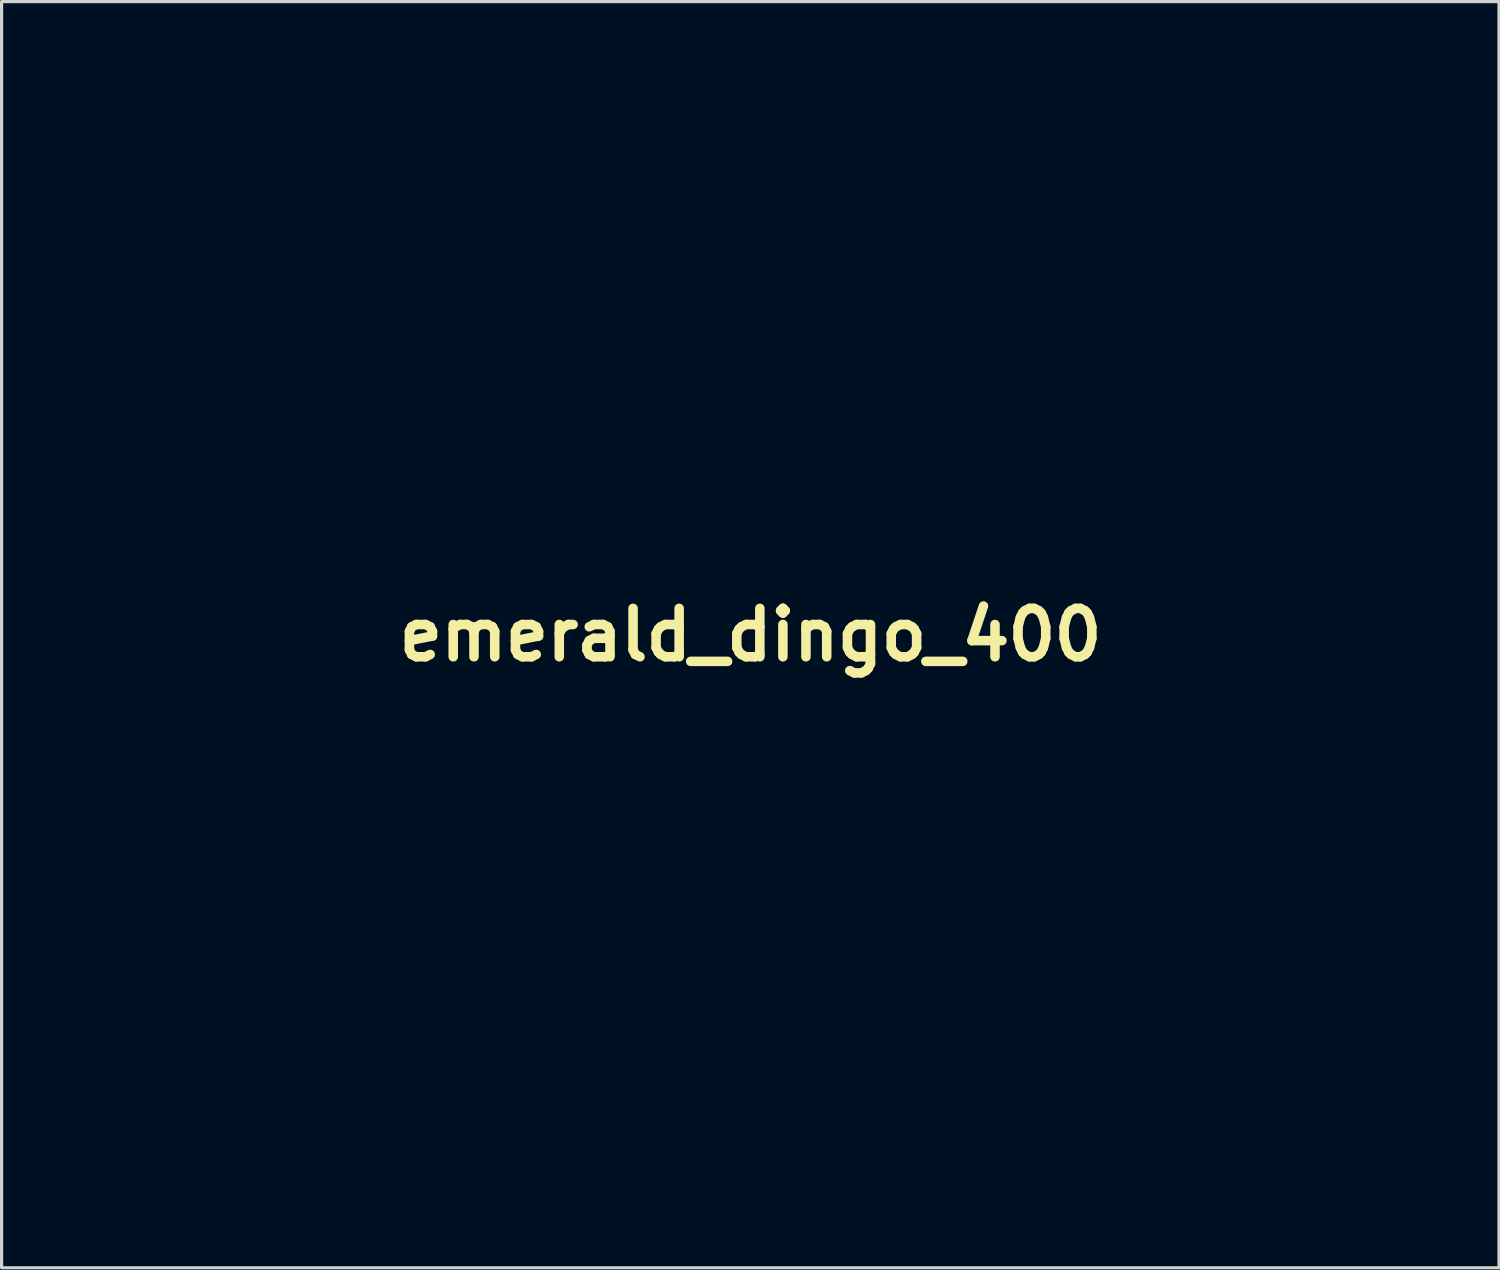
<source format=kicad_pcb>
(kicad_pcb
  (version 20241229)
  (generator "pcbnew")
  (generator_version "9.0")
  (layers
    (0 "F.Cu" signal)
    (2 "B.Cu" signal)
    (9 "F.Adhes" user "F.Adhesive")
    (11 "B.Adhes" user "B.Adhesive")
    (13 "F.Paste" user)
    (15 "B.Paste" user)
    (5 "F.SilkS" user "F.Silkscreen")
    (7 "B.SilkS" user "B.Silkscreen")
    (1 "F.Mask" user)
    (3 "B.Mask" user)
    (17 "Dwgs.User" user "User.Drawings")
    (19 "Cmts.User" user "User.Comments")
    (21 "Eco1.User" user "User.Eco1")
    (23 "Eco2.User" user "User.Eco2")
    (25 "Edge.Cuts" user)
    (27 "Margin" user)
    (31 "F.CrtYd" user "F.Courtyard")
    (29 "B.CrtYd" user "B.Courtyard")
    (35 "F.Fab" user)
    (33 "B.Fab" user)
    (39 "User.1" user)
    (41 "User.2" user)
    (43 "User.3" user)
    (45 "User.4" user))
  (footprint "emerald_dingo_400"
    (layer "F.Cu")
    (at 20.579 16.935)
    (property "Reference" "emerald_dingo_400" (at 0 0 0) (layer "F.SilkS") (effects (font (size 1.524 1.524) (thickness 0.3))))
    (attr through_hole)
    (fp_poly (pts (xy 8.955 14.965) (xy 8.978 16.849) (xy 7.786 16.849) (xy 7.809 14.965) (xy 7.832 13.081) (xy 8.932 13.081) (xy 8.955 14.965)) (stroke (width 0.01) (type solid)) (fill no) (layer "Eco2.User"))
    (fp_poly (pts (xy -14.107 -15.435) (xy -13.881 -15.261) (xy -13.869 -15.25) (xy -13.596 -15.006) (xy -13.951 -14.551) (xy -14.19 -14.251) (xy -14.441 -13.945) (xy -14.599 -13.758) (xy -14.892 -13.42) (xy -14.601 -14.393) (xy -14.488 -14.777) (xy -14.396 -15.1) (xy -14.333 -15.329) (xy -14.31 -15.431) (xy -14.255 -15.494) (xy -14.107 -15.435)) (stroke (width 0.01) (type solid)) (fill no) (layer "Eco2.User"))
    (fp_poly (pts (xy 14.82 -0.279) (xy 15.205 -0.152) (xy 15.489 0.037) (xy 15.499 0.048) (xy 15.68 0.24) (xy 15.322 0.628) (xy 15.028 0.895) (xy 14.668 1.143) (xy 14.273 1.36) (xy 13.871 1.534) (xy 13.494 1.654) (xy 13.172 1.708) (xy 12.933 1.684) (xy 12.823 1.603) (xy 12.782 1.397) (xy 12.829 1.101) (xy 12.944 0.759) (xy 13.11 0.411) (xy 13.306 0.1) (xy 13.515 -0.132) (xy 13.628 -0.21) (xy 13.975 -0.316) (xy 14.391 -0.336) (xy 14.82 -0.279)) (stroke (width 0.01) (type solid)) (fill no) (layer "Eco2.User"))
    (fp_poly (pts (xy -18.551 -14.48) (xy -18.369 -14.359) (xy -18.112 -14.176) (xy -17.809 -13.953) (xy -17.489 -13.713) (xy -17.18 -13.477) (xy -16.913 -13.266) (xy -16.715 -13.102) (xy -16.641 -13.034) (xy -16.64 -12.985) (xy -16.774 -12.966) (xy -17.05 -12.979) (xy -17.477 -13.023) (xy -17.982 -13.088) (xy -18.339 -13.14) (xy -18.629 -13.189) (xy -18.813 -13.226) (xy -18.858 -13.242) (xy -18.865 -13.341) (xy -18.843 -13.552) (xy -18.8 -13.825) (xy -18.746 -14.108) (xy -18.691 -14.35) (xy -18.644 -14.497) (xy -18.629 -14.519) (xy -18.551 -14.48)) (stroke (width 0.01) (type solid)) (fill no) (layer "Eco2.User"))
    (fp_poly (pts (xy 8.388 -0.313) (xy 8.549 -0.223) (xy 8.789 -0.012) (xy 9.002 0.268) (xy 9.177 0.588) (xy 9.303 0.915) (xy 9.372 1.218) (xy 9.37 1.466) (xy 9.289 1.627) (xy 9.186 1.672) (xy 9.027 1.649) (xy 8.769 1.572) (xy 8.467 1.456) (xy 8.457 1.451) (xy 7.935 1.211) (xy 7.446 0.955) (xy 7.029 0.706) (xy 6.723 0.486) (xy 6.671 0.441) (xy 6.523 0.255) (xy 6.52 0.089) (xy 6.669 -0.074) (xy 6.977 -0.25) (xy 6.978 -0.251) (xy 7.464 -0.41) (xy 7.947 -0.431) (xy 8.388 -0.313)) (stroke (width 0.01) (type solid)) (fill no) (layer "Eco2.User"))
    (fp_poly (pts (xy -2.709 14.292) (xy -2.705 14.824) (xy -2.69 15.209) (xy -2.658 15.472) (xy -2.602 15.633) (xy -2.519 15.717) (xy -2.402 15.746) (xy -2.354 15.748) (xy -2.271 15.77) (xy -2.224 15.862) (xy -2.205 16.059) (xy -2.201 16.298) (xy -2.201 16.849) (xy -2.519 16.849) (xy -2.819 16.807) (xy -3.113 16.707) (xy -3.127 16.7) (xy -3.338 16.582) (xy -3.497 16.456) (xy -3.612 16.297) (xy -3.691 16.08) (xy -3.742 15.779) (xy -3.772 15.369) (xy -3.789 14.826) (xy -3.794 14.557) (xy -3.821 13.039) (xy -2.709 13.039) (xy -2.709 14.292)) (stroke (width 0.01) (type solid)) (fill no) (layer "Eco2.User"))
    (fp_poly (pts (xy -16.158 -16.92) (xy -15.949 -16.894) (xy -15.855 -16.864) (xy -15.817 -16.803) (xy -15.795 -16.663) (xy -15.788 -16.424) (xy -15.796 -16.066) (xy -15.818 -15.569) (xy -15.832 -15.286) (xy -15.86 -14.8) (xy -15.887 -14.376) (xy -15.91 -14.042) (xy -15.928 -13.824) (xy -15.938 -13.752) (xy -15.97 -13.821) (xy -16.044 -14.027) (xy -16.152 -14.347) (xy -16.286 -14.755) (xy -16.438 -15.228) (xy -16.451 -15.267) (xy -16.604 -15.751) (xy -16.736 -16.179) (xy -16.841 -16.525) (xy -16.911 -16.764) (xy -16.937 -16.868) (xy -16.937 -16.87) (xy -16.859 -16.906) (xy -16.667 -16.926) (xy -16.415 -16.93) (xy -16.158 -16.92)) (stroke (width 0.01) (type solid)) (fill no) (layer "Eco2.User"))
    (fp_poly (pts (xy 11.722 6.792) (xy 12.068 6.854) (xy 12.096 6.862) (xy 12.449 7.022) (xy 12.732 7.249) (xy 12.911 7.507) (xy 12.954 7.698) (xy 12.885 7.962) (xy 12.697 8.275) (xy 12.421 8.604) (xy 12.087 8.918) (xy 11.726 9.184) (xy 11.405 9.354) (xy 11.156 9.447) (xy 10.968 9.471) (xy 10.771 9.42) (xy 10.509 9.299) (xy 10.228 9.126) (xy 9.921 8.883) (xy 9.625 8.608) (xy 9.378 8.335) (xy 9.218 8.102) (xy 9.182 8.013) (xy 9.168 7.644) (xy 9.305 7.313) (xy 9.576 7.045) (xy 9.963 6.866) (xy 9.99 6.858) (xy 10.349 6.795) (xy 10.799 6.763) (xy 11.278 6.762) (xy 11.722 6.792)) (stroke (width 0.01) (type solid)) (fill no) (layer "Eco2.User"))
    (fp_poly (pts (xy -9.175 13.062) (xy -8.647 13.141) (xy -8.237 13.298) (xy -7.959 13.507) (xy -7.79 13.692) (xy -7.701 13.858) (xy -7.667 14.073) (xy -7.662 14.305) (xy -7.675 14.612) (xy -7.724 14.816) (xy -7.831 14.981) (xy -7.888 15.044) (xy -8.114 15.282) (xy -7.459 16.849) (xy -8.634 16.849) (xy -8.889 16.287) (xy -9.047 15.86) (xy -9.138 15.447) (xy -9.159 15.081) (xy -9.111 14.795) (xy -8.99 14.621) (xy -8.959 14.604) (xy -8.776 14.468) (xy -8.75 14.316) (xy -8.874 14.178) (xy -9.081 14.095) (xy -9.313 14.036) (xy -9.313 16.849) (xy -10.502 16.849) (xy -10.479 14.965) (xy -10.456 13.081) (xy -9.84 13.056) (xy -9.175 13.062)) (stroke (width 0.01) (type solid)) (fill no) (layer "Eco2.User"))
    (fp_poly (pts (xy 18.411 -10.893) (xy 18.599 -10.692) (xy 18.74 -10.428) (xy 18.818 -10.238) (xy 18.871 -10.039) (xy 18.902 -9.793) (xy 18.918 -9.461) (xy 18.923 -9.003) (xy 18.923 -8.932) (xy 18.919 -8.455) (xy 18.904 -8.093) (xy 18.868 -7.793) (xy 18.805 -7.501) (xy 18.708 -7.162) (xy 18.647 -6.969) (xy 18.42 -6.356) (xy 18.183 -5.903) (xy 17.938 -5.611) (xy 17.687 -5.484) (xy 17.474 -5.506) (xy 17.213 -5.693) (xy 16.979 -6.042) (xy 16.775 -6.549) (xy 16.753 -6.62) (xy 16.645 -7.143) (xy 16.599 -7.754) (xy 16.613 -8.393) (xy 16.685 -9.001) (xy 16.814 -9.517) (xy 16.841 -9.591) (xy 17.092 -10.115) (xy 17.384 -10.528) (xy 17.701 -10.807) (xy 17.896 -10.901) (xy 18.187 -10.957) (xy 18.411 -10.893)) (stroke (width 0.01) (type solid)) (fill no) (layer "Eco2.User"))
    (fp_poly (pts (xy 11.646 13.131) (xy 11.939 13.336) (xy 12.088 13.514) (xy 12.199 13.74) (xy 12.278 14.039) (xy 12.328 14.434) (xy 12.354 14.951) (xy 12.361 15.574) (xy 12.361 16.849) (xy 11.261 16.849) (xy 11.26 15.684) (xy 11.256 15.13) (xy 11.243 14.723) (xy 11.218 14.443) (xy 11.177 14.269) (xy 11.115 14.179) (xy 11.028 14.152) (xy 10.974 14.156) (xy 10.907 14.173) (xy 10.858 14.218) (xy 10.825 14.317) (xy 10.802 14.495) (xy 10.788 14.776) (xy 10.778 15.186) (xy 10.772 15.515) (xy 10.748 16.849) (xy 9.652 16.849) (xy 9.652 15.405) (xy 9.656 14.813) (xy 9.67 14.37) (xy 9.695 14.052) (xy 9.732 13.84) (xy 9.771 13.733) (xy 10.038 13.385) (xy 10.397 13.144) (xy 10.811 13.016) (xy 11.24 13.01) (xy 11.646 13.131)) (stroke (width 0.01) (type solid)) (fill no) (layer "Eco2.User"))
    (fp_poly (pts (xy -0.879 13.088) (xy -0.261 13.108) (xy 0.221 13.162) (xy 0.601 13.26) (xy 0.91 13.411) (xy 1.18 13.624) (xy 1.237 13.678) (xy 1.555 14.107) (xy 1.718 14.6) (xy 1.726 15.16) (xy 1.688 15.392) (xy 1.598 15.703) (xy 1.451 15.965) (xy 1.206 16.248) (xy 1.199 16.256) (xy 0.812 16.582) (xy 0.399 16.772) (xy -0.094 16.845) (xy -0.233 16.848) (xy -0.593 16.849) (xy -0.593 15.748) (xy -0.334 15.748) (xy -0.022 15.695) (xy 0.273 15.557) (xy 0.481 15.37) (xy 0.505 15.329) (xy 0.586 15.028) (xy 0.555 14.703) (xy 0.463 14.5) (xy 0.269 14.34) (xy -0.035 14.215) (xy -0.39 14.146) (xy -0.529 14.14) (xy -0.762 14.139) (xy -0.762 16.849) (xy -1.866 16.849) (xy -1.843 14.965) (xy -1.82 13.081) (xy -0.879 13.088)) (stroke (width 0.01) (type solid)) (fill no) (layer "Eco2.User"))
    (fp_poly (pts (xy 4.11 -10.886) (xy 4.289 -10.781) (xy 4.519 -10.56) (xy 4.773 -10.257) (xy 5.024 -9.906) (xy 5.244 -9.541) (xy 5.307 -9.419) (xy 5.404 -9.212) (xy 5.47 -9.03) (xy 5.512 -8.833) (xy 5.534 -8.583) (xy 5.543 -8.24) (xy 5.544 -7.789) (xy 5.54 -7.309) (xy 5.527 -6.958) (xy 5.5 -6.699) (xy 5.454 -6.491) (xy 5.384 -6.296) (xy 5.342 -6.2) (xy 5.123 -5.813) (xy 4.872 -5.533) (xy 4.61 -5.373) (xy 4.359 -5.346) (xy 4.142 -5.465) (xy 4.126 -5.482) (xy 3.97 -5.719) (xy 3.797 -6.094) (xy 3.62 -6.575) (xy 3.452 -7.134) (xy 3.448 -7.147) (xy 3.357 -7.532) (xy 3.299 -7.917) (xy 3.269 -8.359) (xy 3.261 -8.89) (xy 3.286 -9.606) (xy 3.363 -10.163) (xy 3.495 -10.563) (xy 3.68 -10.81) (xy 3.922 -10.905) (xy 4.11 -10.886)) (stroke (width 0.01) (type solid)) (fill no) (layer "Eco2.User"))
    (fp_poly (pts (xy -18.457 14.139) (xy -18.789 14.139) (xy -19.142 14.165) (xy -19.339 14.245) (xy -19.389 14.351) (xy -19.316 14.475) (xy -19.093 14.545) (xy -18.784 14.563) (xy -18.448 14.563) (xy -18.474 14.965) (xy -18.5 15.367) (xy -18.986 15.392) (xy -19.265 15.415) (xy -19.412 15.455) (xy -19.468 15.528) (xy -19.473 15.583) (xy -19.454 15.675) (xy -19.369 15.725) (xy -19.18 15.745) (xy -18.965 15.748) (xy -18.457 15.748) (xy -18.457 16.849) (xy -18.986 16.84) (xy -19.321 16.825) (xy -19.629 16.794) (xy -19.79 16.766) (xy -20.073 16.668) (xy -20.282 16.51) (xy -20.427 16.272) (xy -20.517 15.93) (xy -20.563 15.462) (xy -20.574 14.944) (xy -20.559 14.346) (xy -20.504 13.895) (xy -20.391 13.567) (xy -20.204 13.341) (xy -19.927 13.196) (xy -19.541 13.109) (xy -19.134 13.066) (xy -18.457 13.014) (xy -18.457 14.139)) (stroke (width 0.01) (type solid)) (fill no) (layer "Eco2.User"))
    (fp_poly (pts (xy 4.789 13.066) (xy 5.389 13.11) (xy 5.852 13.179) (xy 6.21 13.283) (xy 6.495 13.433) (xy 6.739 13.641) (xy 6.828 13.737) (xy 7.106 14.144) (xy 7.246 14.593) (xy 7.261 15.125) (xy 7.256 15.181) (xy 7.181 15.607) (xy 7.025 15.953) (xy 6.97 16.036) (xy 6.644 16.377) (xy 6.213 16.646) (xy 5.737 16.811) (xy 5.403 16.849) (xy 4.995 16.849) (xy 4.995 16.298) (xy 4.999 16.003) (xy 5.02 15.838) (xy 5.073 15.766) (xy 5.173 15.748) (xy 5.21 15.748) (xy 5.437 15.715) (xy 5.696 15.634) (xy 5.712 15.628) (xy 5.968 15.438) (xy 6.108 15.153) (xy 6.119 14.814) (xy 6.057 14.599) (xy 5.867 14.358) (xy 5.545 14.202) (xy 5.11 14.14) (xy 5.059 14.14) (xy 4.826 14.139) (xy 4.826 16.849) (xy 3.725 16.849) (xy 3.725 13.013) (xy 4.789 13.066)) (stroke (width 0.01) (type solid)) (fill no) (layer "Eco2.User"))
    (fp_poly (pts (xy -11.108 13.61) (xy -11.083 14.139) (xy -11.461 14.139) (xy -11.824 14.161) (xy -12.035 14.227) (xy -12.107 14.343) (xy -12.107 14.351) (xy -12.033 14.476) (xy -11.808 14.545) (xy -11.508 14.563) (xy -11.176 14.563) (xy -11.176 15.401) (xy -11.663 15.426) (xy -11.956 15.454) (xy -12.108 15.504) (xy -12.15 15.579) (xy -12.106 15.654) (xy -11.956 15.701) (xy -11.67 15.728) (xy -11.62 15.731) (xy -11.091 15.756) (xy -11.091 16.849) (xy -11.663 16.845) (xy -12.019 16.825) (xy -12.361 16.775) (xy -12.57 16.722) (xy -12.83 16.606) (xy -13.021 16.453) (xy -13.153 16.238) (xy -13.235 15.935) (xy -13.278 15.519) (xy -13.292 14.963) (xy -13.293 14.87) (xy -13.269 14.273) (xy -13.187 13.821) (xy -13.033 13.497) (xy -12.792 13.281) (xy -12.447 13.155) (xy -11.985 13.101) (xy -11.846 13.096) (xy -11.134 13.081) (xy -11.108 13.61)) (stroke (width 0.01) (type solid)) (fill no) (layer "Eco2.User"))
    (fp_poly (pts (xy 18.63 13.046) (xy 19.09 13.197) (xy 19.499 13.455) (xy 19.832 13.813) (xy 20.065 14.262) (xy 20.175 14.792) (xy 20.18 14.944) (xy 20.12 15.487) (xy 19.928 15.949) (xy 19.623 16.335) (xy 19.27 16.633) (xy 18.889 16.813) (xy 18.42 16.901) (xy 18.334 16.909) (xy 17.998 16.918) (xy 17.733 16.873) (xy 17.449 16.756) (xy 17.375 16.719) (xy 16.909 16.399) (xy 16.564 15.99) (xy 16.346 15.519) (xy 16.261 15.016) (xy 16.27 14.934) (xy 17.443 14.934) (xy 17.518 15.32) (xy 17.737 15.617) (xy 17.907 15.734) (xy 18.113 15.816) (xy 18.316 15.806) (xy 18.581 15.702) (xy 18.864 15.485) (xy 19.019 15.191) (xy 19.041 14.86) (xy 18.921 14.534) (xy 18.817 14.399) (xy 18.525 14.186) (xy 18.211 14.117) (xy 17.91 14.178) (xy 17.658 14.354) (xy 17.491 14.633) (xy 17.443 14.934) (xy 16.27 14.934) (xy 16.315 14.506) (xy 16.513 14.019) (xy 16.748 13.696) (xy 17.177 13.328) (xy 17.649 13.103) (xy 18.141 13.012) (xy 18.63 13.046)) (stroke (width 0.01) (type solid)) (fill no) (layer "Eco2.User"))
    (fp_poly (pts (xy 15.111 13.035) (xy 15.229 13.074) (xy 15.281 13.187) (xy 15.316 13.423) (xy 15.325 13.657) (xy 15.325 14.182) (xy 14.873 14.153) (xy 14.599 14.146) (xy 14.428 14.181) (xy 14.293 14.283) (xy 14.195 14.393) (xy 14.002 14.734) (xy 13.967 15.088) (xy 14.089 15.424) (xy 14.223 15.591) (xy 14.439 15.765) (xy 14.648 15.821) (xy 14.752 15.817) (xy 14.953 15.768) (xy 15.024 15.693) (xy 14.951 15.622) (xy 14.838 15.594) (xy 14.723 15.557) (xy 14.666 15.46) (xy 14.648 15.255) (xy 14.647 15.149) (xy 14.647 14.732) (xy 15.722 14.732) (xy 15.874 15.067) (xy 15.978 15.464) (xy 15.968 15.884) (xy 15.848 16.261) (xy 15.781 16.372) (xy 15.476 16.657) (xy 15.075 16.842) (xy 14.624 16.916) (xy 14.172 16.867) (xy 13.97 16.798) (xy 13.495 16.507) (xy 13.142 16.103) (xy 12.919 15.599) (xy 12.833 15.008) (xy 12.832 14.944) (xy 12.897 14.345) (xy 13.092 13.853) (xy 13.42 13.466) (xy 13.881 13.179) (xy 13.929 13.159) (xy 14.196 13.08) (xy 14.522 13.031) (xy 14.847 13.015) (xy 15.111 13.035)) (stroke (width 0.01) (type solid)) (fill no) (layer "Eco2.User"))
    (fp_poly (pts (xy -5.386 13.041) (xy -5.034 13.146) (xy -5.018 13.154) (xy -4.832 13.266) (xy -4.69 13.402) (xy -4.586 13.585) (xy -4.513 13.838) (xy -4.466 14.186) (xy -4.436 14.653) (xy -4.419 15.262) (xy -4.417 15.35) (xy -4.389 16.857) (xy -5.546 16.806) (xy -5.564 15.706) (xy -5.571 15.269) (xy -5.578 14.874) (xy -5.583 14.562) (xy -5.585 14.375) (xy -5.585 14.366) (xy -5.61 14.196) (xy -5.707 14.149) (xy -5.779 14.155) (xy -5.898 14.196) (xy -5.961 14.308) (xy -5.992 14.536) (xy -5.995 14.584) (xy -5.999 14.835) (xy -5.964 14.957) (xy -5.889 14.986) (xy -5.81 15.024) (xy -5.77 15.16) (xy -5.757 15.428) (xy -5.757 15.452) (xy -5.769 15.732) (xy -5.809 15.877) (xy -5.884 15.917) (xy -5.961 15.959) (xy -6 16.106) (xy -6.011 16.383) (xy -6.011 16.849) (xy -7.216 16.849) (xy -7.183 15.388) (xy -7.164 14.774) (xy -7.134 14.304) (xy -7.085 13.951) (xy -7.009 13.69) (xy -6.899 13.495) (xy -6.747 13.34) (xy -6.546 13.199) (xy -6.537 13.193) (xy -6.21 13.067) (xy -5.802 13.016) (xy -5.386 13.041)) (stroke (width 0.01) (type solid)) (fill no) (layer "Eco2.User"))
    (fp_poly (pts (xy -14.539 13.076) (xy -14.201 13.276) (xy -14.133 13.341) (xy -14.062 13.422) (xy -14.009 13.51) (xy -13.972 13.63) (xy -13.945 13.806) (xy -13.928 14.066) (xy -13.916 14.432) (xy -13.906 14.932) (xy -13.901 15.204) (xy -13.875 16.849) (xy -14.986 16.849) (xy -14.986 15.494) (xy -14.989 14.972) (xy -14.997 14.598) (xy -15.014 14.35) (xy -15.041 14.207) (xy -15.08 14.146) (xy -15.104 14.139) (xy -15.184 14.159) (xy -15.243 14.232) (xy -15.283 14.381) (xy -15.307 14.628) (xy -15.32 14.995) (xy -15.325 15.505) (xy -15.325 15.628) (xy -15.325 16.849) (xy -16.425 16.849) (xy -16.425 15.494) (xy -16.428 14.972) (xy -16.437 14.598) (xy -16.454 14.35) (xy -16.481 14.207) (xy -16.52 14.146) (xy -16.543 14.139) (xy -16.624 14.159) (xy -16.682 14.232) (xy -16.722 14.381) (xy -16.747 14.628) (xy -16.76 14.995) (xy -16.764 15.505) (xy -16.764 15.628) (xy -16.764 16.849) (xy -17.865 16.849) (xy -17.864 15.473) (xy -17.857 14.824) (xy -17.835 14.321) (xy -17.794 13.94) (xy -17.729 13.659) (xy -17.638 13.454) (xy -17.515 13.301) (xy -17.505 13.292) (xy -17.167 13.084) (xy -16.78 13.014) (xy -16.392 13.081) (xy -16.052 13.286) (xy -16.041 13.296) (xy -15.853 13.473) (xy -15.629 13.265) (xy -15.301 13.068) (xy -14.921 13.005) (xy -14.539 13.076)) (stroke (width 0.01) (type solid)) (fill no) (layer "Eco2.User"))
    (fp_poly (pts (xy -7.266 -6.638) (xy -6.969 -6.366) (xy -6.606 -6.029) (xy -6.231 -5.679) (xy -6.02 -5.48) (xy -5.309 -4.808) (xy -5.363 -2.933) (xy -5.38 -2.335) (xy -5.399 -1.612) (xy -5.418 -0.811) (xy -5.438 0.024) (xy -5.457 0.848) (xy -5.472 1.566) (xy -5.526 4.191) (xy -6.583 5.263) (xy -7.639 6.335) (xy -8.497 6.383) (xy -9.147 6.415) (xy -9.806 6.439) (xy -10.451 6.456) (xy -11.06 6.465) (xy -11.608 6.467) (xy -12.073 6.46) (xy -12.432 6.446) (xy -12.662 6.423) (xy -12.734 6.401) (xy -12.836 6.3) (xy -13.023 6.095) (xy -13.272 5.815) (xy -13.559 5.486) (xy -13.861 5.136) (xy -14.154 4.791) (xy -14.416 4.48) (xy -14.622 4.229) (xy -14.75 4.065) (xy -14.77 4.036) (xy -14.795 3.975) (xy -14.815 3.873) (xy -14.827 3.718) (xy -14.827 3.716) (xy -14.236 3.716) (xy -13.32 4.786) (xy -12.404 5.857) (xy -10.203 5.796) (xy -8.002 5.735) (xy -7.104 4.899) (xy -6.205 4.064) (xy -6.151 2.857) (xy -6.137 2.483) (xy -6.121 1.969) (xy -6.104 1.345) (xy -6.087 0.64) (xy -6.071 -0.117) (xy -6.055 -0.895) (xy -6.045 -1.482) (xy -5.992 -4.614) (xy -6.989 -5.524) (xy -7.985 -6.435) (xy -12.404 -6.432) (xy -13.862 -4.614) (xy -14.049 -0.449) (xy -14.236 3.716) (xy -14.827 3.716) (xy -14.833 3.494) (xy -14.831 3.189) (xy -14.822 2.789) (xy -14.805 2.281) (xy -14.78 1.65) (xy -14.747 0.884) (xy -14.706 -0.032) (xy -14.684 -0.5) (xy -14.632 -1.58) (xy -14.585 -2.498) (xy -14.542 -3.262) (xy -14.503 -3.877) (xy -14.467 -4.352) (xy -14.434 -4.693) (xy -14.403 -4.908) (xy -14.374 -5.003) (xy -14.146 -5.309) (xy -13.875 -5.651) (xy -13.585 -6.001) (xy -13.299 -6.333) (xy -13.038 -6.622) (xy -12.827 -6.84) (xy -12.688 -6.962) (xy -12.658 -6.978) (xy -12.531 -6.99) (xy -12.258 -7.005) (xy -11.864 -7.021) (xy -11.371 -7.038) (xy -10.804 -7.054) (xy -10.186 -7.069) (xy -10.144 -7.07) (xy -7.8 -7.123) (xy -7.266 -6.638)) (stroke (width 0.01) (type solid)) (fill no) (layer "Eco2.User"))
    (fp_poly (pts (xy 18.338 -13.649) (xy 18.605 -13.517) (xy 18.908 -13.269) (xy 19.104 -13.077) (xy 19.625 -12.432) (xy 20.031 -11.674) (xy 20.322 -10.799) (xy 20.5 -9.802) (xy 20.544 -9.318) (xy 20.553 -8.442) (xy 20.477 -7.504) (xy 20.325 -6.54) (xy 20.106 -5.585) (xy 19.828 -4.675) (xy 19.5 -3.846) (xy 19.131 -3.133) (xy 18.967 -2.879) (xy 18.906 -2.759) (xy 18.86 -2.581) (xy 18.824 -2.317) (xy 18.795 -1.941) (xy 18.77 -1.425) (xy 18.767 -1.355) (xy 18.693 -0.277) (xy 18.557 0.698) (xy 18.349 1.627) (xy 18.122 2.379) (xy 17.773 3.294) (xy 17.344 4.206) (xy 16.858 5.072) (xy 16.34 5.847) (xy 15.926 6.363) (xy 15.675 6.701) (xy 15.579 6.971) (xy 15.578 6.998) (xy 15.555 7.22) (xy 15.499 7.518) (xy 15.458 7.685) (xy 15.161 8.519) (xy 14.747 9.234) (xy 14.221 9.827) (xy 13.588 10.291) (xy 12.851 10.624) (xy 12.557 10.711) (xy 12.145 10.783) (xy 11.629 10.821) (xy 11.07 10.827) (xy 10.53 10.799) (xy 10.07 10.738) (xy 9.916 10.704) (xy 9.144 10.412) (xy 8.462 9.981) (xy 7.879 9.42) (xy 7.403 8.738) (xy 7.042 7.943) (xy 6.894 7.453) (xy 6.793 7.126) (xy 6.658 6.856) (xy 6.452 6.58) (xy 6.289 6.395) (xy 5.499 5.403) (xy 4.829 4.293) (xy 4.279 3.068) (xy 3.85 1.731) (xy 3.543 0.285) (xy 3.361 -1.266) (xy 3.327 -1.812) (xy 3.303 -2.266) (xy 3.277 -2.591) (xy 3.24 -2.828) (xy 3.183 -3.014) (xy 3.098 -3.192) (xy 2.992 -3.373) (xy 2.562 -4.238) (xy 2.23 -5.239) (xy 1.996 -6.374) (xy 1.861 -7.641) (xy 1.838 -8.443) (xy 2.464 -8.443) (xy 2.478 -7.83) (xy 2.514 -7.292) (xy 2.539 -7.07) (xy 2.717 -6.02) (xy 2.952 -5.087) (xy 3.24 -4.285) (xy 3.575 -3.63) (xy 3.6 -3.59) (xy 3.72 -3.393) (xy 3.801 -3.217) (xy 3.856 -3.018) (xy 3.892 -2.756) (xy 3.921 -2.388) (xy 3.935 -2.15) (xy 4.069 -0.63) (xy 4.287 0.752) (xy 4.592 2.005) (xy 4.989 3.141) (xy 5.481 4.169) (xy 6.072 5.101) (xy 6.766 5.946) (xy 6.823 6.007) (xy 7.101 6.315) (xy 7.28 6.555) (xy 7.386 6.769) (xy 7.448 6.995) (xy 7.678 7.845) (xy 8.011 8.559) (xy 8.446 9.14) (xy 8.984 9.59) (xy 9.012 9.608) (xy 9.721 9.962) (xy 10.5 10.173) (xy 11.32 10.239) (xy 12.106 10.16) (xy 12.844 9.941) (xy 13.485 9.587) (xy 14.02 9.105) (xy 14.445 8.501) (xy 14.751 7.783) (xy 14.914 7.097) (xy 14.969 6.799) (xy 15.037 6.569) (xy 15.144 6.355) (xy 15.313 6.108) (xy 15.554 5.8) (xy 16.372 4.643) (xy 17.034 3.422) (xy 17.54 2.137) (xy 17.889 0.787) (xy 18.083 -0.63) (xy 18.127 -1.72) (xy 18.127 -2.806) (xy 18.419 -3.211) (xy 18.667 -3.598) (xy 18.894 -4.047) (xy 19.116 -4.591) (xy 19.348 -5.266) (xy 19.369 -5.334) (xy 19.654 -6.407) (xy 19.832 -7.486) (xy 19.904 -8.545) (xy 19.869 -9.559) (xy 19.728 -10.502) (xy 19.48 -11.348) (xy 19.36 -11.634) (xy 19.183 -11.951) (xy 18.949 -12.278) (xy 18.688 -12.583) (xy 18.43 -12.832) (xy 18.203 -12.994) (xy 18.064 -13.039) (xy 17.834 -12.963) (xy 17.55 -12.744) (xy 17.221 -12.398) (xy 16.857 -11.938) (xy 16.469 -11.38) (xy 16.065 -10.737) (xy 15.655 -10.024) (xy 15.249 -9.255) (xy 14.858 -8.445) (xy 14.602 -7.874) (xy 14.436 -7.491) (xy 14.305 -7.225) (xy 14.173 -7.059) (xy 14.008 -6.977) (xy 13.776 -6.963) (xy 13.442 -6.999) (xy 12.976 -7.068) (xy 11.919 -7.185) (xy 10.931 -7.208) (xy 9.941 -7.137) (xy 9.489 -7.076) (xy 9.009 -7.001) (xy 8.658 -6.955) (xy 8.403 -6.955) (xy 8.213 -7.018) (xy 8.057 -7.162) (xy 7.903 -7.404) (xy 7.721 -7.76) (xy 7.528 -8.149) (xy 7.153 -8.887) (xy 6.824 -9.507) (xy 6.518 -10.05) (xy 6.214 -10.552) (xy 5.889 -11.054) (xy 5.742 -11.272) (xy 5.408 -11.727) (xy 5.06 -12.142) (xy 4.72 -12.492) (xy 4.414 -12.754) (xy 4.166 -12.901) (xy 4.117 -12.917) (xy 3.831 -12.905) (xy 3.538 -12.745) (xy 3.254 -12.454) (xy 2.994 -12.052) (xy 2.775 -11.556) (xy 2.663 -11.197) (xy 2.591 -10.822) (xy 2.533 -10.319) (xy 2.492 -9.727) (xy 2.469 -9.089) (xy 2.464 -8.443) (xy 1.838 -8.443) (xy 1.825 -8.89) (xy 1.83 -9.491) (xy 1.842 -9.959) (xy 1.866 -10.334) (xy 1.903 -10.651) (xy 1.957 -10.949) (xy 2.019 -11.217) (xy 2.254 -11.968) (xy 2.55 -12.58) (xy 2.902 -13.047) (xy 3.305 -13.365) (xy 3.753 -13.526) (xy 3.991 -13.546) (xy 4.408 -13.463) (xy 4.856 -13.214) (xy 5.335 -12.799) (xy 5.846 -12.217) (xy 6.388 -11.469) (xy 6.961 -10.554) (xy 7.565 -9.473) (xy 7.917 -8.796) (xy 8.545 -7.56) (xy 9.162 -7.673) (xy 10.231 -7.813) (xy 11.327 -7.854) (xy 12.382 -7.795) (xy 12.737 -7.75) (xy 13.126 -7.695) (xy 13.451 -7.656) (xy 13.676 -7.638) (xy 13.767 -7.643) (xy 13.817 -7.731) (xy 13.923 -7.945) (xy 14.074 -8.255) (xy 14.255 -8.635) (xy 14.34 -8.817) (xy 14.859 -9.876) (xy 15.367 -10.82) (xy 15.86 -11.641) (xy 16.332 -12.332) (xy 16.778 -12.886) (xy 17.194 -13.295) (xy 17.572 -13.553) (xy 17.763 -13.627) (xy 18.07 -13.681) (xy 18.338 -13.649)) (stroke (width 0.01) (type solid)) (fill no) (layer "Eco2.User"))
    (fp_poly (pts (xy -10.826 -12.284) (xy -9.944 -12.264) (xy -9.097 -12.244) (xy -8.3 -12.224) (xy -7.575 -12.205) (xy -6.938 -12.186) (xy -6.408 -12.17) (xy -6.004 -12.155) (xy -5.744 -12.143) (xy -5.69 -12.14) (xy -5.072 -12.092) (xy -2.896 -9.762) (xy -2.403 -9.234) (xy -1.947 -8.742) (xy -1.539 -8.301) (xy -1.193 -7.925) (xy -0.923 -7.628) (xy -0.741 -7.424) (xy -0.66 -7.328) (xy -0.658 -7.325) (xy -0.648 -7.225) (xy -0.638 -6.969) (xy -0.629 -6.57) (xy -0.621 -6.04) (xy -0.613 -5.394) (xy -0.607 -4.644) (xy -0.601 -3.804) (xy -0.596 -2.886) (xy -0.593 -1.903) (xy -0.591 -0.869) (xy -0.591 -0.605) (xy -0.587 6.007) (xy -1.883 7.512) (xy -2.305 8.004) (xy -2.739 8.514) (xy -3.156 9.008) (xy -3.528 9.451) (xy -3.825 9.809) (xy -3.888 9.885) (xy -4.596 10.753) (xy -9.346 10.752) (xy -14.097 10.75) (xy -14.97 10.075) (xy -13.285 10.075) (xy -10.184 10.075) (xy -9.481 10.074) (xy -8.835 10.071) (xy -8.266 10.067) (xy -7.792 10.061) (xy -7.431 10.054) (xy -7.202 10.046) (xy -7.123 10.037) (xy -7.123 10.036) (xy -7.22 9.993) (xy -7.454 9.909) (xy -7.803 9.79) (xy -8.243 9.645) (xy -8.752 9.48) (xy -9.305 9.303) (xy -9.88 9.121) (xy -10.454 8.942) (xy -11.002 8.772) (xy -11.504 8.62) (xy -11.934 8.492) (xy -12.269 8.395) (xy -12.488 8.337) (xy -12.564 8.325) (xy -12.656 8.425) (xy -12.747 8.62) (xy -12.757 8.648) (xy -12.834 8.874) (xy -12.948 9.188) (xy -13.066 9.504) (xy -13.285 10.075) (xy -14.97 10.075) (xy -16.722 8.721) (xy -17.305 8.267) (xy -17.849 7.842) (xy -18.337 7.456) (xy -18.754 7.122) (xy -19.087 6.852) (xy -19.318 6.658) (xy -19.434 6.552) (xy -19.442 6.542) (xy -19.461 6.455) (xy -19.467 6.392) (xy -18.508 6.392) (xy -18.448 6.456) (xy -18.272 6.604) (xy -18.002 6.821) (xy -17.658 7.089) (xy -17.262 7.394) (xy -16.836 7.719) (xy -16.399 8.049) (xy -15.973 8.366) (xy -15.58 8.657) (xy -15.24 8.904) (xy -14.975 9.091) (xy -14.805 9.204) (xy -14.754 9.229) (xy -14.781 9.157) (xy -14.877 8.954) (xy -15.031 8.64) (xy -15.234 8.233) (xy -15.476 7.754) (xy -15.748 7.222) (xy -15.75 7.218) (xy -16.027 6.681) (xy -16.281 6.192) (xy -16.311 6.134) (xy -15.476 6.134) (xy -15.448 6.215) (xy -15.354 6.424) (xy -15.205 6.74) (xy -15.01 7.141) (xy -14.782 7.605) (xy -14.676 7.818) (xy -14.434 8.299) (xy -14.218 8.723) (xy -14.039 9.069) (xy -13.907 9.315) (xy -13.835 9.439) (xy -13.825 9.45) (xy -13.791 9.363) (xy -13.722 9.153) (xy -13.63 8.857) (xy -13.587 8.713) (xy -13.493 8.381) (xy -13.426 8.105) (xy -13.424 8.091) (xy -10.966 8.091) (xy -10.964 8.092) (xy -10.833 8.14) (xy -10.57 8.228) (xy -10.199 8.35) (xy -9.742 8.498) (xy -9.223 8.666) (xy -8.663 8.846) (xy -8.084 9.03) (xy -7.511 9.212) (xy -6.964 9.385) (xy -6.468 9.541) (xy -6.044 9.673) (xy -5.714 9.774) (xy -5.502 9.837) (xy -5.431 9.855) (xy -5.457 9.776) (xy -5.553 9.58) (xy -5.701 9.294) (xy -5.889 8.95) (xy -5.896 8.937) (xy -6.391 8.043) (xy -8.72 8.05) (xy -9.323 8.053) (xy -9.862 8.058) (xy -10.316 8.065) (xy -10.665 8.073) (xy -10.889 8.082) (xy -10.966 8.091) (xy -13.424 8.091) (xy -13.396 7.929) (xy -13.396 7.897) (xy -13.464 7.815) (xy -13.553 7.729) (xy -5.834 7.729) (xy -5.495 8.331) (xy -5.314 8.655) (xy -5.148 8.959) (xy -5.03 9.183) (xy -5.018 9.206) (xy -4.922 9.378) (xy -4.86 9.455) (xy -4.854 9.454) (xy -4.829 9.367) (xy -4.776 9.139) (xy -4.7 8.797) (xy -4.697 8.784) (xy -3.979 8.784) (xy -3.934 8.78) (xy -3.797 8.658) (xy -3.565 8.414) (xy -3.236 8.047) (xy -2.808 7.552) (xy -2.277 6.928) (xy -2.125 6.747) (xy -1.878 6.44) (xy -1.692 6.184) (xy -1.587 6.006) (xy -1.575 5.934) (xy -1.682 5.875) (xy -1.898 5.78) (xy -2.185 5.662) (xy -2.502 5.538) (xy -2.809 5.423) (xy -3.066 5.333) (xy -3.233 5.282) (xy -3.275 5.278) (xy -3.3 5.367) (xy -3.351 5.592) (xy -3.422 5.923) (xy -3.507 6.33) (xy -3.599 6.783) (xy -3.694 7.252) (xy -3.784 7.707) (xy -3.863 8.119) (xy -3.926 8.456) (xy -3.967 8.689) (xy -3.979 8.784) (xy -4.697 8.784) (xy -4.607 8.366) (xy -4.502 7.872) (xy -4.488 7.802) (xy -4.383 7.294) (xy -4.291 6.837) (xy -4.218 6.461) (xy -4.169 6.191) (xy -4.149 6.057) (xy -4.149 6.052) (xy -4.202 6.066) (xy -4.35 6.187) (xy -4.572 6.396) (xy -4.848 6.677) (xy -4.991 6.828) (xy -5.834 7.729) (xy -13.553 7.729) (xy -13.632 7.654) (xy -13.876 7.434) (xy -14.168 7.178) (xy -14.483 6.91) (xy -14.794 6.65) (xy -15.075 6.421) (xy -15.3 6.246) (xy -15.441 6.148) (xy -15.476 6.134) (xy -16.311 6.134) (xy -16.5 5.774) (xy -16.674 5.445) (xy -16.793 5.227) (xy -16.845 5.14) (xy -16.928 5.164) (xy -17.11 5.274) (xy -17.359 5.444) (xy -17.642 5.651) (xy -17.93 5.871) (xy -18.189 6.081) (xy -18.389 6.256) (xy -18.498 6.372) (xy -18.508 6.392) (xy -19.467 6.392) (xy -19.479 6.252) (xy -19.496 5.927) (xy -19.509 5.54) (xy -18.689 5.54) (xy -18.663 5.576) (xy -18.579 5.546) (xy -18.415 5.437) (xy -18.151 5.241) (xy -17.92 5.065) (xy -17.113 4.445) (xy -17.112 4.282) (xy -16.442 4.282) (xy -14.641 5.824) (xy -12.839 7.366) (xy -6.392 7.361) (xy -3.961 4.647) (xy -4.165 -0.456) (xy -4.207 -1.516) (xy -4.244 -2.419) (xy -4.273 -3.098) (xy -3.619 -3.098) (xy -3.614 -2.862) (xy -3.604 -2.498) (xy -3.588 -2.027) (xy -3.567 -1.469) (xy -3.544 -0.845) (xy -3.517 -0.175) (xy -3.488 0.52) (xy -3.459 1.219) (xy -3.43 1.902) (xy -3.401 2.548) (xy -3.374 3.136) (xy -3.349 3.647) (xy -3.328 4.059) (xy -3.31 4.352) (xy -3.298 4.505) (xy -3.295 4.522) (xy -3.196 4.575) (xy -2.978 4.67) (xy -2.682 4.791) (xy -2.349 4.924) (xy -2.018 5.051) (xy -1.73 5.157) (xy -1.525 5.227) (xy -1.451 5.245) (xy -1.369 5.186) (xy -1.374 5.101) (xy -1.503 4.612) (xy -1.656 4.035) (xy -1.828 3.391) (xy -2.015 2.695) (xy -2.21 1.967) (xy -2.411 1.224) (xy -2.61 0.483) (xy -2.805 -0.236) (xy -2.99 -0.917) (xy -3.16 -1.541) (xy -3.31 -2.09) (xy -3.435 -2.547) (xy -3.532 -2.894) (xy -3.594 -3.112) (xy -3.617 -3.185) (xy -3.619 -3.098) (xy -4.273 -3.098) (xy -4.277 -3.179) (xy -4.305 -3.809) (xy -4.331 -4.323) (xy -4.356 -4.732) (xy -4.379 -5.051) (xy -4.402 -5.284) (xy -3.459 -5.284) (xy -3.444 -5.2) (xy -3.388 -4.968) (xy -3.297 -4.604) (xy -3.173 -4.124) (xy -3.022 -3.542) (xy -2.847 -2.876) (xy -2.652 -2.139) (xy -2.441 -1.349) (xy -2.401 -1.198) (xy -1.312 2.864) (xy -1.29 -1.714) (xy -1.287 -2.579) (xy -1.286 -3.392) (xy -1.286 -4.138) (xy -1.288 -4.801) (xy -1.292 -5.365) (xy -1.298 -5.816) (xy -1.304 -6.137) (xy -1.313 -6.312) (xy -1.318 -6.341) (xy -1.4 -6.317) (xy -1.599 -6.231) (xy -1.881 -6.1) (xy -2.214 -5.939) (xy -2.564 -5.766) (xy -2.898 -5.596) (xy -3.183 -5.446) (xy -3.385 -5.333) (xy -3.459 -5.284) (xy -4.402 -5.284) (xy -4.402 -5.292) (xy -4.427 -5.469) (xy -4.453 -5.595) (xy -4.482 -5.682) (xy -4.515 -5.743) (xy -4.538 -5.776) (xy -4.643 -5.896) (xy -4.848 -6.117) (xy -5.134 -6.421) (xy -5.483 -6.789) (xy -5.878 -7.2) (xy -6.185 -7.519) (xy -7.662 -9.045) (xy -10.338 -9.137) (xy -11.006 -9.158) (xy -11.63 -9.174) (xy -12.186 -9.186) (xy -12.651 -9.191) (xy -13.004 -9.19) (xy -13.22 -9.184) (xy -13.268 -9.178) (xy -13.401 -9.118) (xy -13.603 -8.971) (xy -13.884 -8.729) (xy -14.254 -8.383) (xy -14.724 -7.924) (xy -14.953 -7.696) (xy -16.383 -6.264) (xy -16.442 4.282) (xy -17.112 4.282) (xy -17.108 2.914) (xy -17.104 2.372) (xy -17.098 1.71) (xy -17.089 0.977) (xy -17.078 0.219) (xy -17.065 -0.512) (xy -17.06 -0.812) (xy -17.05 -1.396) (xy -17.044 -1.915) (xy -17.042 -2.348) (xy -17.044 -2.674) (xy -17.049 -2.871) (xy -17.059 -2.921) (xy -17.083 -2.823) (xy -17.134 -2.575) (xy -17.211 -2.194) (xy -17.309 -1.696) (xy -17.426 -1.097) (xy -17.558 -0.415) (xy -17.702 0.336) (xy -17.854 1.137) (xy -17.863 1.185) (xy -18.017 1.996) (xy -18.162 2.761) (xy -18.296 3.465) (xy -18.415 4.089) (xy -18.516 4.616) (xy -18.595 5.029) (xy -18.65 5.311) (xy -18.676 5.445) (xy -18.676 5.446) (xy -18.689 5.54) (xy -19.509 5.54) (xy -19.511 5.476) (xy -19.525 4.891) (xy -19.538 4.167) (xy -19.551 3.299) (xy -19.562 2.281) (xy -19.573 1.108) (xy -19.584 -0.228) (xy -19.588 -0.792) (xy -19.628 -6.66) (xy -18.953 -6.66) (xy -18.952 -6.279) (xy -18.949 -5.774) (xy -18.945 -5.159) (xy -18.938 -4.45) (xy -18.93 -3.661) (xy -18.92 -2.807) (xy -18.91 -2.021) (xy -18.898 -1.128) (xy -18.886 -0.292) (xy -18.874 0.475) (xy -18.863 1.156) (xy -18.852 1.739) (xy -18.842 2.208) (xy -18.833 2.549) (xy -18.826 2.748) (xy -18.82 2.794) (xy -18.8 2.689) (xy -18.751 2.433) (xy -18.676 2.042) (xy -18.579 1.533) (xy -18.463 0.92) (xy -18.33 0.22) (xy -18.183 -0.551) (xy -18.026 -1.378) (xy -17.95 -1.778) (xy -17.792 -2.621) (xy -17.645 -3.413) (xy -17.513 -4.138) (xy -17.398 -4.781) (xy -17.303 -5.326) (xy -17.231 -5.759) (xy -17.185 -6.063) (xy -17.166 -6.224) (xy -17.168 -6.246) (xy -17.267 -6.288) (xy -17.485 -6.383) (xy -17.79 -6.516) (xy -18.076 -6.642) (xy -18.42 -6.79) (xy -18.702 -6.905) (xy -18.888 -6.975) (xy -18.948 -6.988) (xy -18.952 -6.901) (xy -18.953 -6.66) (xy -19.628 -6.66) (xy -19.636 -7.833) (xy -18.796 -7.833) (xy -17.843 -7.354) (xy -17.483 -7.174) (xy -17.182 -7.027) (xy -16.972 -6.927) (xy -16.88 -6.888) (xy -16.878 -6.888) (xy -16.855 -6.97) (xy -16.796 -7.193) (xy -16.708 -7.534) (xy -16.631 -7.833) (xy -15.916 -7.833) (xy -15.861 -7.86) (xy -15.707 -7.989) (xy -15.475 -8.202) (xy -15.187 -8.479) (xy -15.028 -8.636) (xy -14.716 -8.953) (xy -14.451 -9.232) (xy -14.441 -9.243) (xy -6.773 -9.243) (xy -6.72 -9.163) (xy -6.573 -8.986) (xy -6.354 -8.736) (xy -6.085 -8.436) (xy -5.788 -8.11) (xy -5.483 -7.781) (xy -5.193 -7.472) (xy -4.939 -7.206) (xy -4.742 -7.007) (xy -4.624 -6.899) (xy -4.6 -6.886) (xy -4.606 -6.975) (xy -4.639 -7.204) (xy -4.697 -7.546) (xy -4.774 -7.975) (xy -4.866 -8.465) (xy -4.868 -8.475) (xy -4.969 -9.003) (xy -5.066 -9.505) (xy -5.151 -9.945) (xy -5.218 -10.287) (xy -5.256 -10.475) (xy -4.54 -10.475) (xy -4.532 -10.387) (xy -4.495 -10.155) (xy -4.434 -9.802) (xy -4.351 -9.35) (xy -4.251 -8.82) (xy -4.148 -8.292) (xy -4.035 -7.712) (xy -3.933 -7.19) (xy -3.847 -6.749) (xy -3.781 -6.409) (xy -3.739 -6.193) (xy -3.726 -6.123) (xy -3.656 -6.144) (xy -3.467 -6.227) (xy -3.192 -6.356) (xy -2.863 -6.516) (xy -2.511 -6.691) (xy -2.17 -6.865) (xy -1.869 -7.021) (xy -1.643 -7.144) (xy -1.522 -7.218) (xy -1.51 -7.23) (xy -1.565 -7.307) (xy -1.716 -7.485) (xy -1.947 -7.743) (xy -2.238 -8.063) (xy -2.57 -8.425) (xy -2.926 -8.809) (xy -3.288 -9.194) (xy -3.635 -9.563) (xy -3.951 -9.894) (xy -4.217 -10.168) (xy -4.414 -10.365) (xy -4.523 -10.466) (xy -4.54 -10.475) (xy -5.256 -10.475) (xy -5.256 -10.475) (xy -5.345 -10.918) (xy -6.059 -10.114) (xy -6.329 -9.805) (xy -6.552 -9.54) (xy -6.707 -9.346) (xy -6.773 -9.248) (xy -6.773 -9.243) (xy -14.441 -9.243) (xy -14.256 -9.45) (xy -14.151 -9.582) (xy -14.139 -9.609) (xy -14.181 -9.714) (xy -14.242 -9.828) (xy -10.703 -9.828) (xy -10.606 -9.809) (xy -10.369 -9.788) (xy -10.02 -9.767) (xy -9.587 -9.746) (xy -9.201 -9.732) (xy -8.706 -9.715) (xy -8.256 -9.699) (xy -7.885 -9.685) (xy -7.626 -9.674) (xy -7.526 -9.668) (xy -7.408 -9.683) (xy -7.273 -9.759) (xy -7.098 -9.915) (xy -6.857 -10.172) (xy -6.664 -10.392) (xy -6.415 -10.685) (xy -6.216 -10.929) (xy -6.089 -11.096) (xy -6.053 -11.161) (xy -6.138 -11.146) (xy -6.366 -11.091) (xy -6.715 -11) (xy -7.165 -10.879) (xy -7.695 -10.734) (xy -8.285 -10.57) (xy -8.417 -10.533) (xy -9.012 -10.364) (xy -9.548 -10.207) (xy -10.005 -10.07) (xy -10.363 -9.957) (xy -10.602 -9.876) (xy -10.702 -9.832) (xy -10.703 -9.828) (xy -14.242 -9.828) (xy -14.295 -9.926) (xy -14.46 -10.211) (xy -14.579 -10.407) (xy -15.018 -11.119) (xy -15.467 -9.518) (xy -15.605 -9.02) (xy -15.726 -8.577) (xy -15.823 -8.215) (xy -15.889 -7.96) (xy -15.916 -7.838) (xy -15.916 -7.833) (xy -16.631 -7.833) (xy -16.596 -7.97) (xy -16.467 -8.478) (xy -16.387 -8.792) (xy -16.252 -9.334) (xy -16.134 -9.821) (xy -16.038 -10.229) (xy -15.97 -10.534) (xy -15.936 -10.712) (xy -15.934 -10.748) (xy -15.997 -10.707) (xy -16.159 -10.558) (xy -16.406 -10.318) (xy -16.72 -10.002) (xy -17.085 -9.627) (xy -17.378 -9.322) (xy -18.796 -7.833) (xy -19.636 -7.833) (xy -19.637 -7.976) (xy -18.123 -9.555) (xy -17.671 -10.025) (xy -17.22 -10.492) (xy -16.793 -10.93) (xy -16.417 -11.314) (xy -16.116 -11.618) (xy -16.086 -11.648) (xy -14.373 -11.648) (xy -14.36 -11.558) (xy -14.277 -11.382) (xy -14.246 -11.329) (xy -14.122 -11.113) (xy -13.952 -10.812) (xy -13.774 -10.49) (xy -13.767 -10.477) (xy -13.595 -10.18) (xy -13.465 -10.005) (xy -13.349 -9.924) (xy -13.231 -9.906) (xy -13.096 -9.928) (xy -12.821 -9.991) (xy -12.425 -10.089) (xy -11.931 -10.218) (xy -11.359 -10.37) (xy -10.732 -10.541) (xy -10.377 -10.639) (xy -9.736 -10.819) (xy -9.146 -10.988) (xy -8.628 -11.139) (xy -8.202 -11.266) (xy -7.887 -11.364) (xy -7.704 -11.426) (xy -7.667 -11.443) (xy -7.71 -11.473) (xy -7.892 -11.497) (xy -8.179 -11.512) (xy -8.429 -11.515) (xy -8.735 -11.519) (xy -9.18 -11.527) (xy -9.733 -11.54) (xy -10.361 -11.558) (xy -11.035 -11.578) (xy -11.723 -11.6) (xy -11.802 -11.602) (xy -12.439 -11.623) (xy -13.02 -11.639) (xy -13.524 -11.65) (xy -13.929 -11.656) (xy -14.214 -11.657) (xy -14.359 -11.652) (xy -14.373 -11.648) (xy -16.086 -11.648) (xy -15.977 -11.757) (xy -15.344 -12.38) (xy -10.826 -12.284)) (stroke (width 0.01) (type solid)) (fill no) (layer "Eco2.User")))
  (gr_rect
    (start -3 -3)
    (end 44.137 36.858)
    (stroke (width 0.1) (type default))
    (fill no)
    (layer "Edge.Cuts")))
</source>
